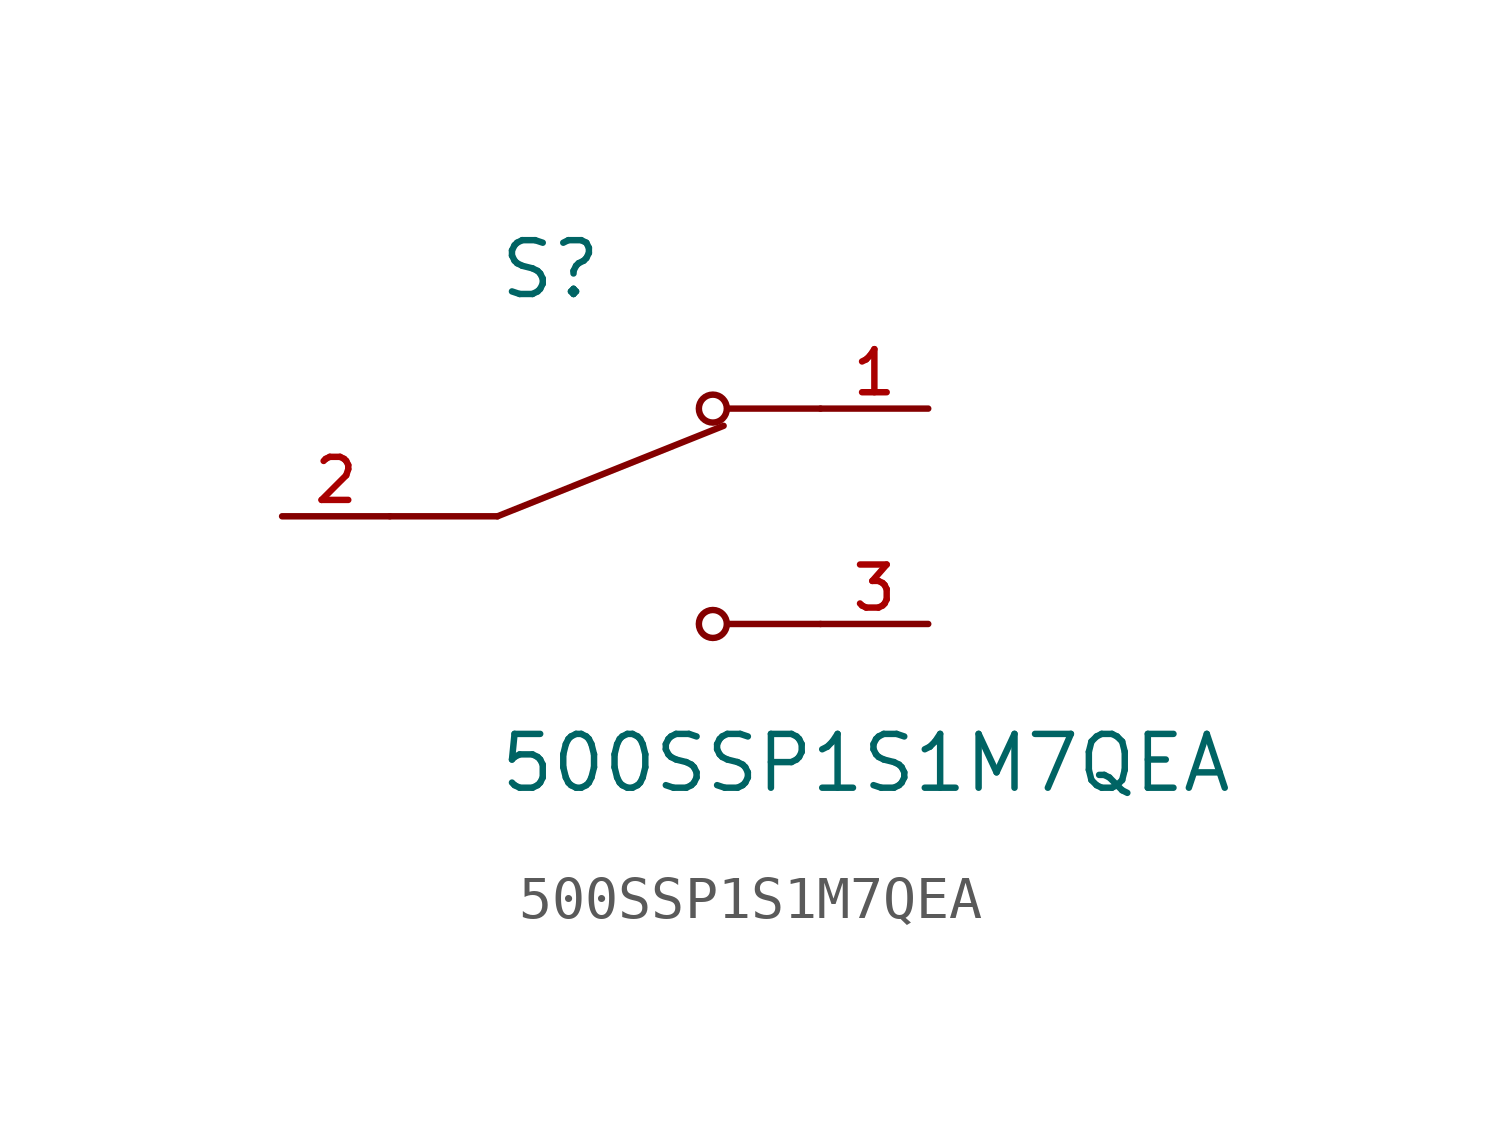
<source format=kicad_sym>
(kicad_symbol_lib
  (version 20211014)
  (generator kicad_symbol_editor)
  (symbol "500SSP1S1M7QEA"
    (pin_names
      (offset 1.016))
    (property "Reference" "S"
      (at -2.54 5.08 0)
      (effects (font (size 1.27 1.27)) (justify bottom left)))
    (property "Value" "500SSP1S1M7QEA"
      (at -2.54 -5.08 0)
      (effects (font (size 1.27 1.27)) (justify top left)))
    (symbol "500SSP1S1M7QEA_0_0"
      (polyline (pts (xy -2.54 0.0) (xy 2.794 2.134)) (stroke (width 0.152)))
      (circle (center 2.54 2.54) (radius 0.33) (stroke (width 0.152)) (fill (type none)))
      (circle (center 2.54 -2.54) (radius 0.33) (stroke (width 0.152)) (fill (type none)))
      (polyline (pts (xy 5.08 -2.54) (xy 2.921 -2.54)) (stroke (width 0.152)))
      (polyline (pts (xy 5.08 2.54) (xy 2.921 2.54)) (stroke (width 0.152)))
      (polyline (pts (xy -2.54 0.0) (xy -5.08 0.0)) (stroke (width 0.152)))
      (pin passive line (at 7.62 2.54 180.0) (length 2.54) (name "~" (effects (font (size 1.016 1.016)))) (number "1" (effects (font (size 1.016 1.016)))))
      (pin passive line (at -7.62 0.0 0) (length 2.54) (name "~" (effects (font (size 1.016 1.016)))) (number "2" (effects (font (size 1.016 1.016)))))
      (pin passive line (at 7.62 -2.54 180.0) (length 2.54) (name "~" (effects (font (size 1.016 1.016)))) (number "3" (effects (font (size 1.016 1.016))))))))
</source>
